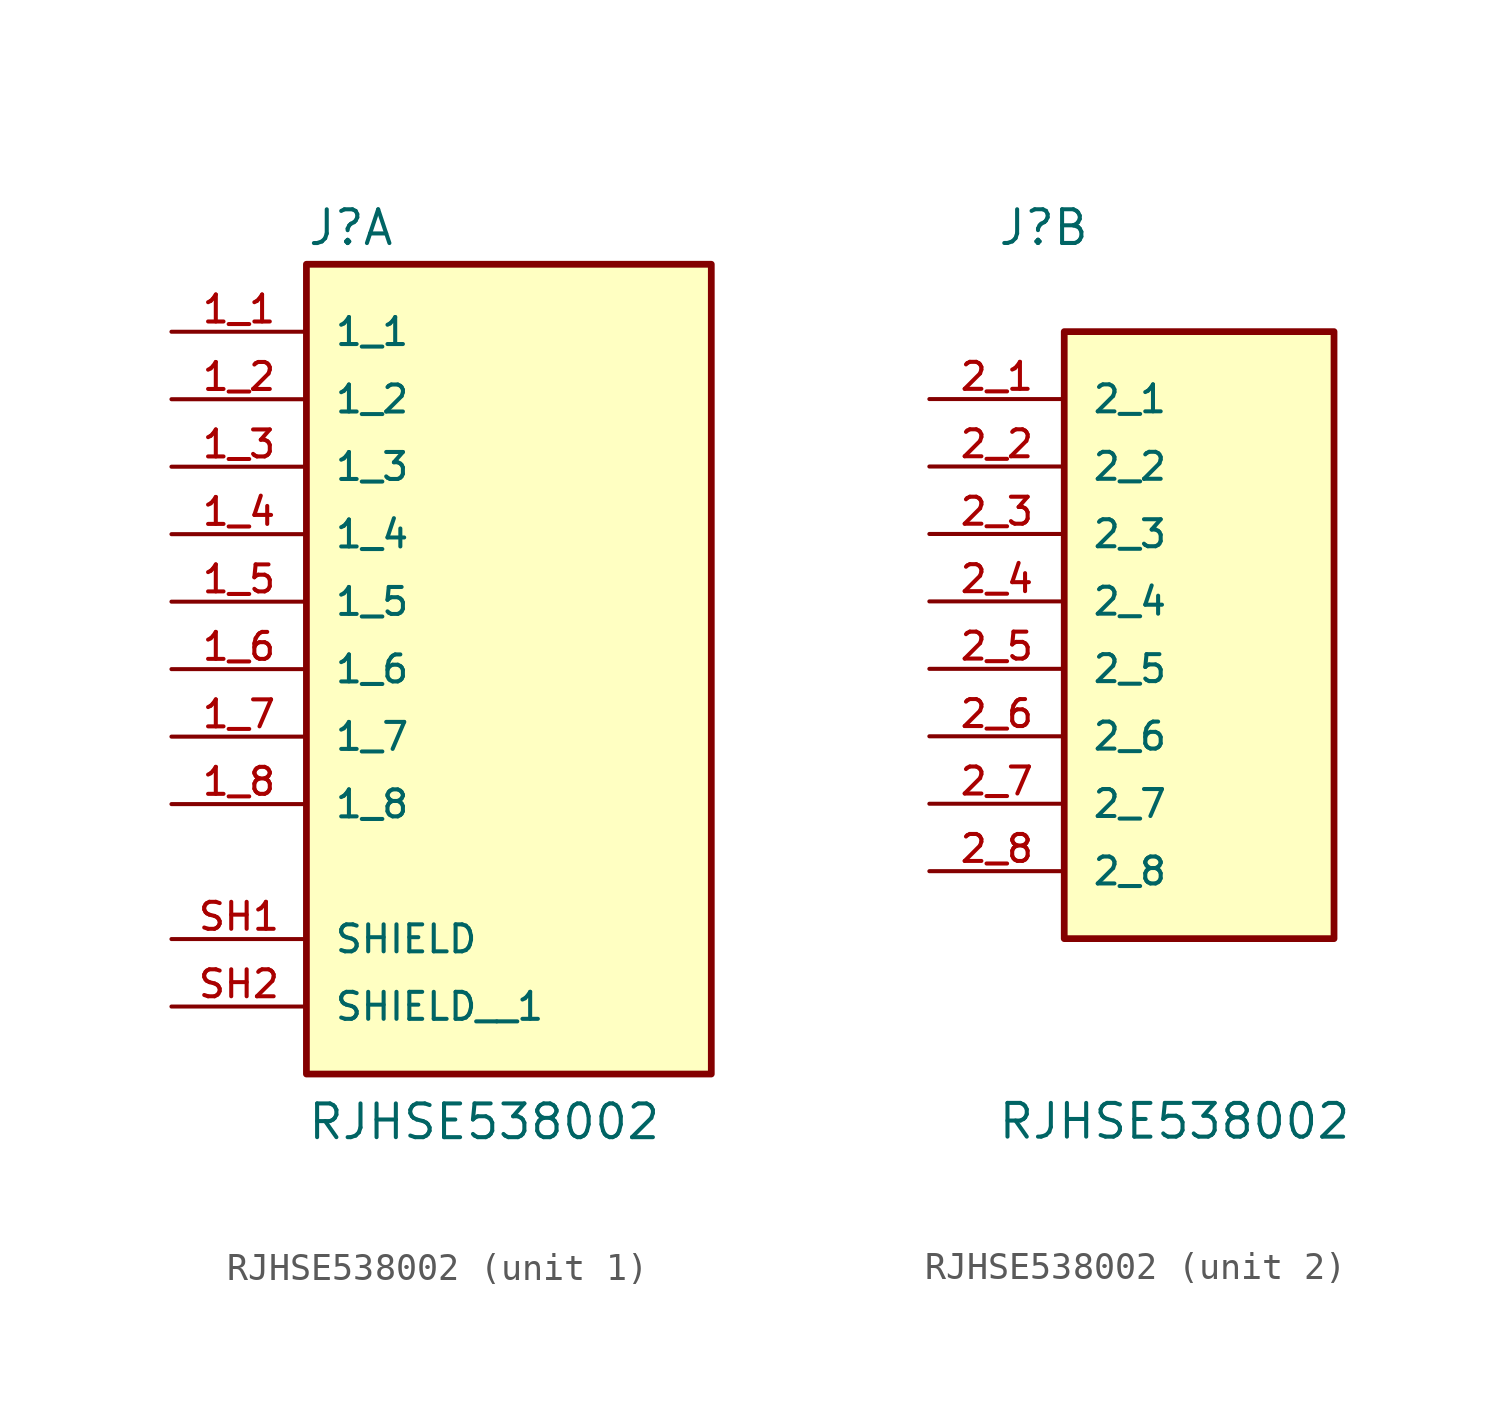
<source format=kicad_sym>
(kicad_symbol_lib
  (version 20211014)
  (generator kicad_symbol_editor)
  (symbol "RJHSE538002"
    (pin_names
      (offset 1.016))
    (property "Reference" "J"
      (at -7.62 13.335 0)
      (effects (font (size 1.27 1.27)) (justify bottom left)))
    (property "Value" "RJHSE538002"
      (at -7.62 -20.32 0)
      (effects (font (size 1.27 1.27)) (justify bottom left)))
    (symbol "RJHSE538002_1_0"
      (rectangle (start -7.62 -17.78) (end 7.62 12.7) (stroke (width 0.254)) (fill (type background)))
      (pin passive line (at -12.7 10.16 0) (length 5.08) (name "1_1" (effects (font (size 1.016 1.016)))) (number "1_1" (effects (font (size 1.016 1.016)))))
      (pin passive line (at -12.7 7.62 0) (length 5.08) (name "1_2" (effects (font (size 1.016 1.016)))) (number "1_2" (effects (font (size 1.016 1.016)))))
      (pin passive line (at -12.7 5.08 0) (length 5.08) (name "1_3" (effects (font (size 1.016 1.016)))) (number "1_3" (effects (font (size 1.016 1.016)))))
      (pin passive line (at -12.7 2.54 0) (length 5.08) (name "1_4" (effects (font (size 1.016 1.016)))) (number "1_4" (effects (font (size 1.016 1.016)))))
      (pin passive line (at -12.7 0.0 0) (length 5.08) (name "1_5" (effects (font (size 1.016 1.016)))) (number "1_5" (effects (font (size 1.016 1.016)))))
      (pin passive line (at -12.7 -2.54 0) (length 5.08) (name "1_6" (effects (font (size 1.016 1.016)))) (number "1_6" (effects (font (size 1.016 1.016)))))
      (pin passive line (at -12.7 -5.08 0) (length 5.08) (name "1_7" (effects (font (size 1.016 1.016)))) (number "1_7" (effects (font (size 1.016 1.016)))))
      (pin passive line (at -12.7 -7.62 0) (length 5.08) (name "1_8" (effects (font (size 1.016 1.016)))) (number "1_8" (effects (font (size 1.016 1.016)))))
      (pin passive line (at -12.7 -12.7 0) (length 5.08) (name "SHIELD" (effects (font (size 1.016 1.016)))) (number "SH1" (effects (font (size 1.016 1.016)))))
      (pin passive line (at -12.7 -15.24 0) (length 5.08) (name "SHIELD__1" (effects (font (size 1.016 1.016)))) (number "SH2" (effects (font (size 1.016 1.016))))))
    (symbol "RJHSE538002_2_0"
      (rectangle (start -5.08 -12.7) (end 5.08 10.16) (stroke (width 0.254)) (fill (type background)))
      (pin passive line (at -10.16 7.62 0) (length 5.08) (name "2_1" (effects (font (size 1.016 1.016)))) (number "2_1" (effects (font (size 1.016 1.016)))))
      (pin passive line (at -10.16 5.08 0) (length 5.08) (name "2_2" (effects (font (size 1.016 1.016)))) (number "2_2" (effects (font (size 1.016 1.016)))))
      (pin passive line (at -10.16 2.54 0) (length 5.08) (name "2_3" (effects (font (size 1.016 1.016)))) (number "2_3" (effects (font (size 1.016 1.016)))))
      (pin passive line (at -10.16 0.0 0) (length 5.08) (name "2_4" (effects (font (size 1.016 1.016)))) (number "2_4" (effects (font (size 1.016 1.016)))))
      (pin passive line (at -10.16 -2.54 0) (length 5.08) (name "2_5" (effects (font (size 1.016 1.016)))) (number "2_5" (effects (font (size 1.016 1.016)))))
      (pin passive line (at -10.16 -5.08 0) (length 5.08) (name "2_6" (effects (font (size 1.016 1.016)))) (number "2_6" (effects (font (size 1.016 1.016)))))
      (pin passive line (at -10.16 -7.62 0) (length 5.08) (name "2_7" (effects (font (size 1.016 1.016)))) (number "2_7" (effects (font (size 1.016 1.016)))))
      (pin passive line (at -10.16 -10.16 0) (length 5.08) (name "2_8" (effects (font (size 1.016 1.016)))) (number "2_8" (effects (font (size 1.016 1.016))))))))
</source>
